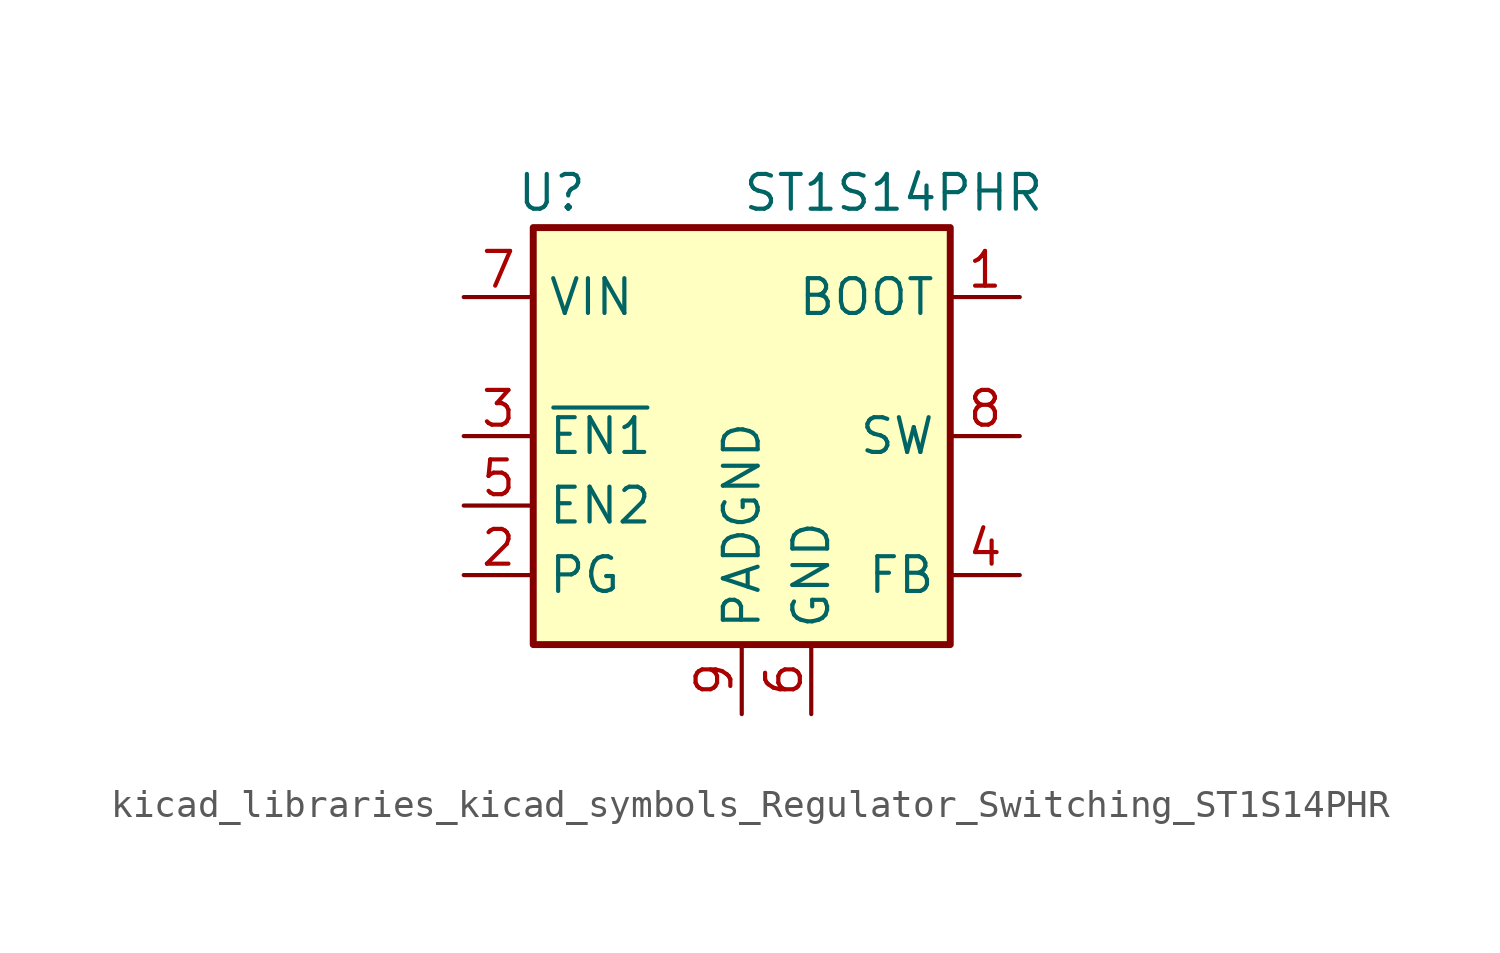
<source format=kicad_sym>
(kicad_symbol_lib
  (version 20220914)
  (generator kicad_symbol_editor)
  (symbol "kicad_libraries_kicad_symbols_Regulator_Switching_ST1S14PHR"
    (property "Reference" "U"
      (at -8.255 8.89 0)
      (effects (font (size 1.27 1.27)) (justify left)))
    (property "Value" "ST1S14PHR"
      (at 0 8.89 0)
      (effects (font (size 1.27 1.27)) (justify left)))
    (symbol "kicad_libraries_kicad_symbols_Regulator_Switching_ST1S14PHR_0_1"
      (rectangle (start 7.62 7.62) (end -7.62 -7.62) (stroke (width 0.254) (type default)) (fill (type background))))
    (symbol "kicad_libraries_kicad_symbols_Regulator_Switching_ST1S14PHR_1_1"
      (pin input line (at 10.16 5.08 180) (length 2.54) (name "BOOT" (effects (font (size 1.27 1.27)))) (number "1" (effects (font (size 1.27 1.27)))))
      (pin output line (at -10.16 -5.08 0) (length 2.54) (name "PG" (effects (font (size 1.27 1.27)))) (number "2" (effects (font (size 1.27 1.27)))))
      (pin input line (at -10.16 0 0) (length 2.54) (name "~{EN1}" (effects (font (size 1.27 1.27)))) (number "3" (effects (font (size 1.27 1.27)))))
      (pin input line (at 10.16 -5.08 180) (length 2.54) (name "FB" (effects (font (size 1.27 1.27)))) (number "4" (effects (font (size 1.27 1.27)))))
      (pin input line (at -10.16 -2.54 0) (length 2.54) (name "EN2" (effects (font (size 1.27 1.27)))) (number "5" (effects (font (size 1.27 1.27)))))
      (pin power_in line (at 2.54 -10.16 90) (length 2.54) (name "GND" (effects (font (size 1.27 1.27)))) (number "6" (effects (font (size 1.27 1.27)))))
      (pin power_in line (at -10.16 5.08 0) (length 2.54) (name "VIN" (effects (font (size 1.27 1.27)))) (number "7" (effects (font (size 1.27 1.27)))))
      (pin output line (at 10.16 0 180) (length 2.54) (name "SW" (effects (font (size 1.27 1.27)))) (number "8" (effects (font (size 1.27 1.27)))))
      (pin power_in line (at 0 -10.16 90) (length 2.54) (name "PADGND" (effects (font (size 1.27 1.27)))) (number "9" (effects (font (size 1.27 1.27))))))))
</source>
